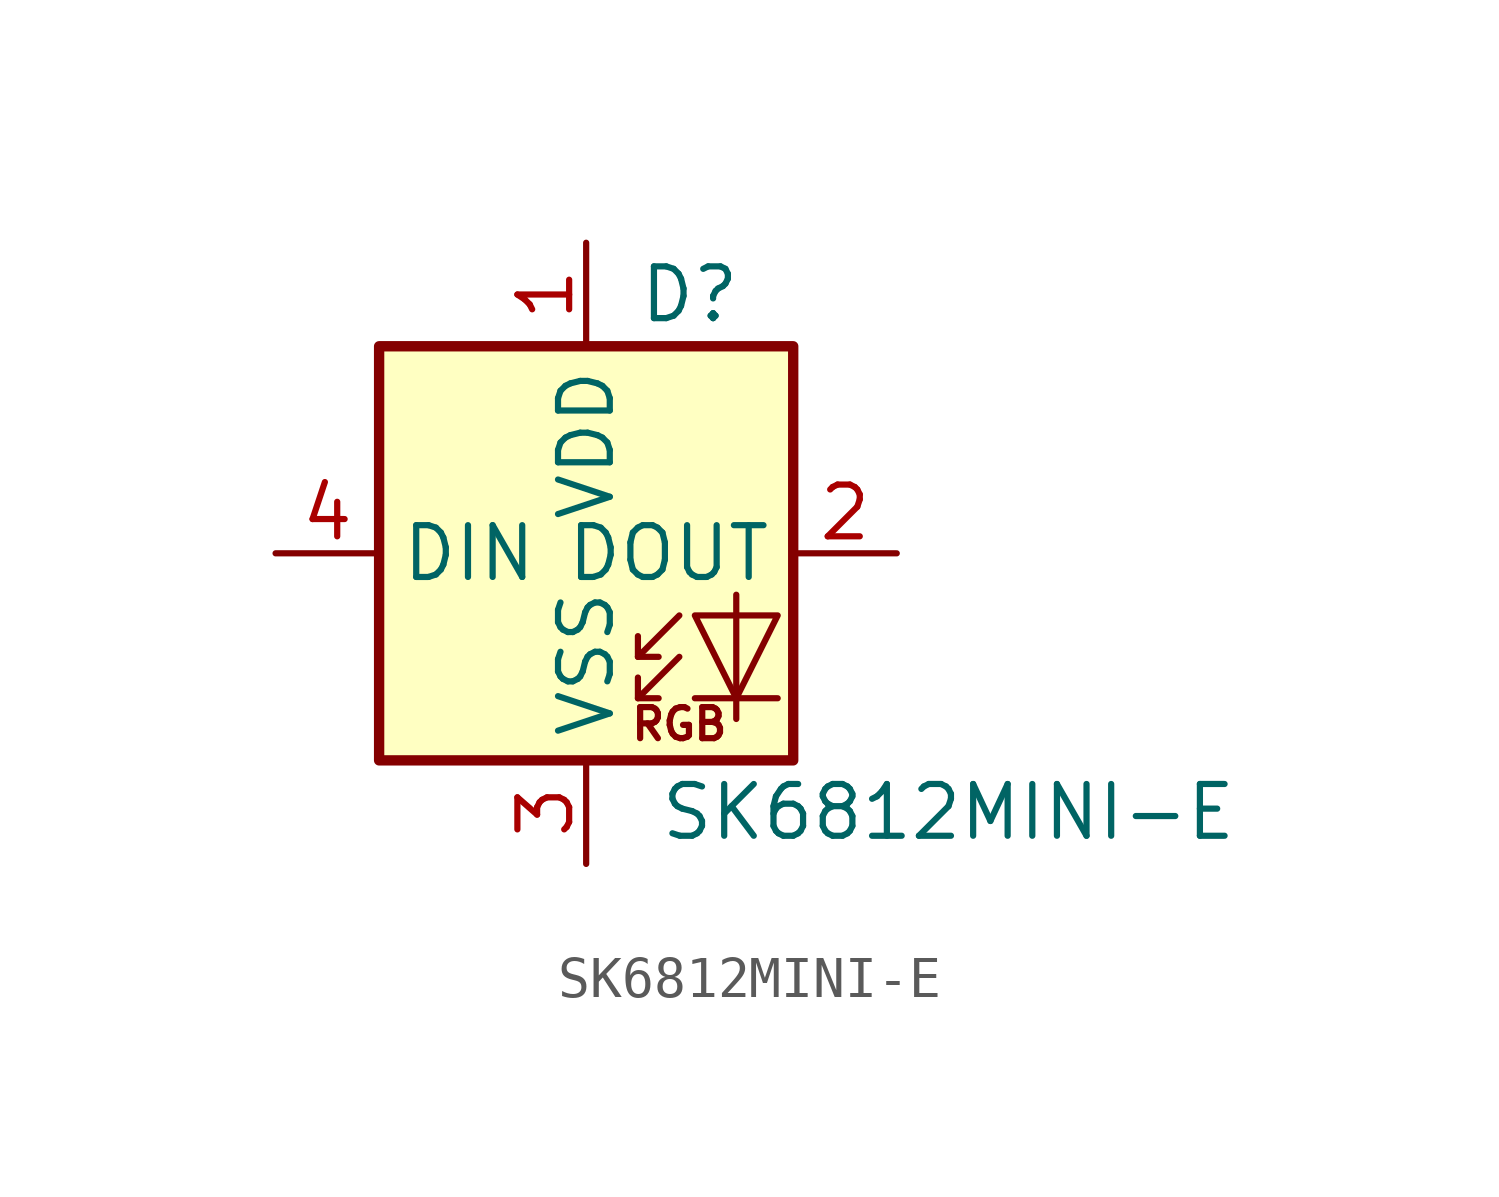
<source format=kicad_sym>
(kicad_symbol_lib
  (version 20211014)
  (generator kicad_symbol_editor)
  (symbol "SK6812MINI-E"
    (property "Reference" "D"
      (at 2.54 6.35 0)
      (effects (font (size 1.27 1.27))))
    (property "Value" "SK6812MINI-E"
      (at 8.89 -6.35 0)
      (effects (font (size 1.27 1.27))))
    (symbol "SK6812MINI-E_0_0"
      (text "RGB" (at 2.286 -4.191 0) (effects (font (size 0.762 0.762)))))
    (symbol "SK6812MINI-E_0_1"
      (polyline (pts (xy 1.27 -3.556) (xy 1.778 -3.556)) (stroke (width 0) (type default) (color 0 0 0 0)) (fill (type none)))
      (polyline (pts (xy 1.27 -2.54) (xy 1.778 -2.54)) (stroke (width 0) (type default) (color 0 0 0 0)) (fill (type none)))
      (polyline (pts (xy 4.699 -3.556) (xy 2.667 -3.556)) (stroke (width 0) (type default) (color 0 0 0 0)) (fill (type none)))
      (polyline (pts (xy 2.286 -2.54) (xy 1.27 -3.556) (xy 1.27 -3.048)) (stroke (width 0) (type default) (color 0 0 0 0)) (fill (type none)))
      (polyline (pts (xy 2.286 -1.524) (xy 1.27 -2.54) (xy 1.27 -2.032)) (stroke (width 0) (type default) (color 0 0 0 0)) (fill (type none)))
      (polyline (pts (xy 3.683 -1.016) (xy 3.683 -3.556) (xy 3.683 -4.064)) (stroke (width 0) (type default) (color 0 0 0 0)) (fill (type none)))
      (polyline (pts (xy 4.699 -1.524) (xy 2.667 -1.524) (xy 3.683 -3.556) (xy 4.699 -1.524)) (stroke (width 0) (type default) (color 0 0 0 0)) (fill (type none)))
      (rectangle (start 5.08 5.08) (end -5.08 -5.08) (stroke (width 0.254) (type default) (color 0 0 0 0)) (fill (type background))))
    (symbol "SK6812MINI-E_1_1"
      (pin power_in line (at 0 7.62 270) (length 2.54) (name "VDD" (effects (font (size 1.27 1.27)))) (number "1" (effects (font (size 1.27 1.27)))))
      (pin output line (at 7.62 0 180) (length 2.54) (name "DOUT" (effects (font (size 1.27 1.27)))) (number "2" (effects (font (size 1.27 1.27)))))
      (pin power_in line (at 0 -7.62 90) (length 2.54) (name "VSS" (effects (font (size 1.27 1.27)))) (number "3" (effects (font (size 1.27 1.27)))))
      (pin input line (at -7.62 0 0) (length 2.54) (name "DIN" (effects (font (size 1.27 1.27)))) (number "4" (effects (font (size 1.27 1.27))))))))
</source>
